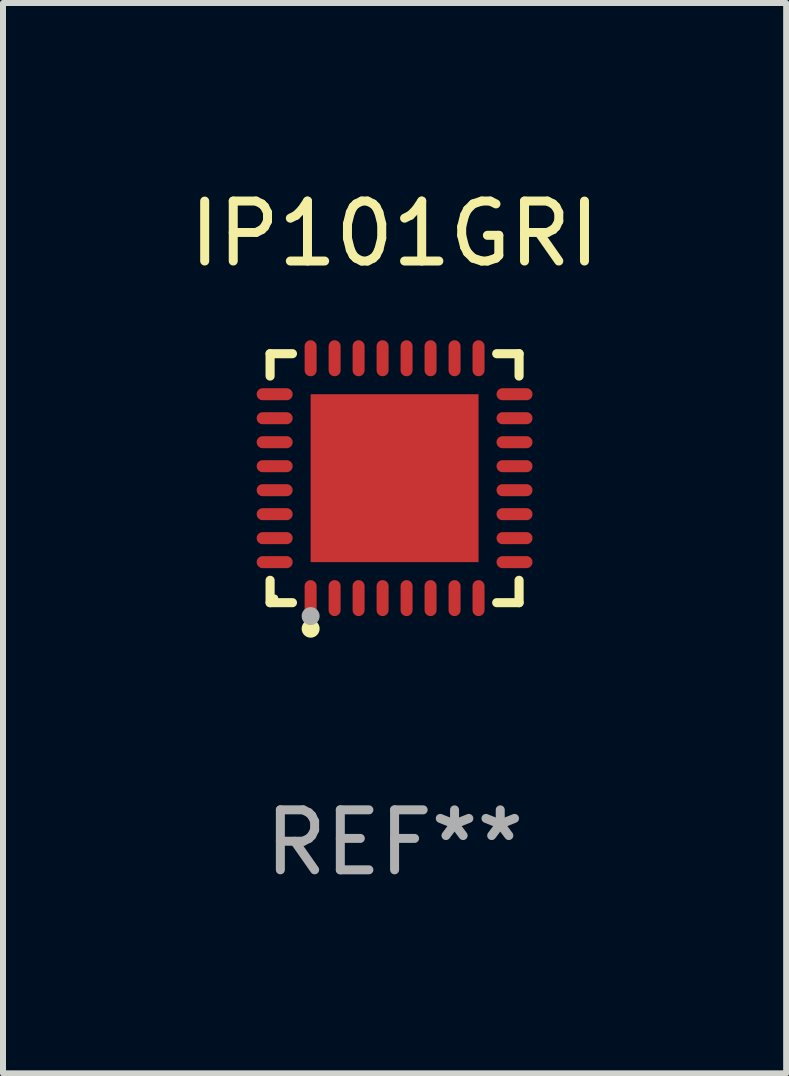
<source format=kicad_pcb>
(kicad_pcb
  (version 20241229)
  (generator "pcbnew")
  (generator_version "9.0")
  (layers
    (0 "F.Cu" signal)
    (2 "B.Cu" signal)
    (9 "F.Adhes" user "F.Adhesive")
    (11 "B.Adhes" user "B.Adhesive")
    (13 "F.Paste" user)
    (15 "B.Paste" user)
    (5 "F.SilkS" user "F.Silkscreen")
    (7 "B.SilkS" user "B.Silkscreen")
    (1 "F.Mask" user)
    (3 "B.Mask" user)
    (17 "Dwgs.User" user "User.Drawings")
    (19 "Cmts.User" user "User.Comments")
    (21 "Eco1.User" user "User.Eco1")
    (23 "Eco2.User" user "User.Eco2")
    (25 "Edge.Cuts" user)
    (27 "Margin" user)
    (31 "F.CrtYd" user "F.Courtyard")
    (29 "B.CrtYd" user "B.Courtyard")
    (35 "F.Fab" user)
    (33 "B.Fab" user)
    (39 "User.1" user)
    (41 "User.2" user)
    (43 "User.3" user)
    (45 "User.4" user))
  (footprint "IP101GRI"
    (layer "F.Cu")
    (at 3.53 4.924)
    (property "Reference" "IP101GRI" (at 0 -4.076 0) (layer "F.SilkS") (effects (font (size 1 1) (thickness 0.15))))
    (attr through_hole)
    (fp_line (start -2.076 -2.076) (end -1.703 -2.076) (stroke (width 0.152) (type solid)) (layer "F.SilkS"))
    (fp_line (start -2.076 -1.703) (end -2.076 -2.076) (stroke (width 0.152) (type solid)) (layer "F.SilkS"))
    (fp_line (start -2.076 1.703) (end -2.076 2.076) (stroke (width 0.152) (type solid)) (layer "F.SilkS"))
    (fp_line (start -2.076 2.076) (end -1.703 2.076) (stroke (width 0.152) (type solid)) (layer "F.SilkS"))
    (fp_line (start 2.076 -2.076) (end 1.703 -2.076) (stroke (width 0.152) (type solid)) (layer "F.SilkS"))
    (fp_line (start 2.076 -1.703) (end 2.076 -2.076) (stroke (width 0.152) (type solid)) (layer "F.SilkS"))
    (fp_line (start 2.076 1.703) (end 2.076 2.076) (stroke (width 0.152) (type solid)) (layer "F.SilkS"))
    (fp_line (start 2.076 2.076) (end 1.703 2.076) (stroke (width 0.152) (type solid)) (layer "F.SilkS"))
    (fp_circle (center -2 2) (end -1.97 2) (stroke (width 0.06) (type solid)) (fill no) (layer "F.SilkS"))
    (fp_circle (center -1.4 2.51) (end -1.325 2.51) (stroke (width 0.15) (type solid)) (fill no) (layer "F.SilkS"))
    (fp_circle (center -1.4 2.3) (end -1.325 2.3) (stroke (width 0.15) (type solid)) (fill no) (layer "F.Fab"))
    (fp_text user "REF**" (at 0 6.076 0) (layer "F.Fab") (effects (font (size 1 1) (thickness 0.15))))
    (pad "1" smd oval (at -1.4 2) (size 0.2 0.6) (layers "F.Cu" "F.Mask" "F.Paste"))
    (pad "2" smd oval (at -1 2) (size 0.2 0.6) (layers "F.Cu" "F.Mask" "F.Paste"))
    (pad "3" smd oval (at -0.6 2) (size 0.2 0.6) (layers "F.Cu" "F.Mask" "F.Paste"))
    (pad "4" smd oval (at -0.2 2) (size 0.2 0.6) (layers "F.Cu" "F.Mask" "F.Paste"))
    (pad "5" smd oval (at 0.2 2) (size 0.2 0.6) (layers "F.Cu" "F.Mask" "F.Paste"))
    (pad "6" smd oval (at 0.6 2) (size 0.2 0.6) (layers "F.Cu" "F.Mask" "F.Paste"))
    (pad "7" smd oval (at 1 2) (size 0.2 0.6) (layers "F.Cu" "F.Mask" "F.Paste"))
    (pad "8" smd oval (at 1.4 2) (size 0.2 0.6) (layers "F.Cu" "F.Mask" "F.Paste"))
    (pad "9" smd oval (at 2 1.4) (size 0.6 0.2) (layers "F.Cu" "F.Mask" "F.Paste"))
    (pad "10" smd oval (at 2 1) (size 0.6 0.2) (layers "F.Cu" "F.Mask" "F.Paste"))
    (pad "11" smd oval (at 2 0.6) (size 0.6 0.2) (layers "F.Cu" "F.Mask" "F.Paste"))
    (pad "12" smd oval (at 2 0.2) (size 0.6 0.2) (layers "F.Cu" "F.Mask" "F.Paste"))
    (pad "13" smd oval (at 2 -0.2) (size 0.6 0.2) (layers "F.Cu" "F.Mask" "F.Paste"))
    (pad "14" smd oval (at 2 -0.6) (size 0.6 0.2) (layers "F.Cu" "F.Mask" "F.Paste"))
    (pad "15" smd oval (at 2 -1) (size 0.6 0.2) (layers "F.Cu" "F.Mask" "F.Paste"))
    (pad "16" smd oval (at 2 -1.4) (size 0.6 0.2) (layers "F.Cu" "F.Mask" "F.Paste"))
    (pad "17" smd oval (at 1.4 -2) (size 0.2 0.6) (layers "F.Cu" "F.Mask" "F.Paste"))
    (pad "18" smd oval (at 1 -2) (size 0.2 0.6) (layers "F.Cu" "F.Mask" "F.Paste"))
    (pad "19" smd oval (at 0.6 -2) (size 0.2 0.6) (layers "F.Cu" "F.Mask" "F.Paste"))
    (pad "20" smd oval (at 0.2 -2) (size 0.2 0.6) (layers "F.Cu" "F.Mask" "F.Paste"))
    (pad "21" smd oval (at -0.2 -2) (size 0.2 0.6) (layers "F.Cu" "F.Mask" "F.Paste"))
    (pad "22" smd oval (at -0.6 -2) (size 0.2 0.6) (layers "F.Cu" "F.Mask" "F.Paste"))
    (pad "23" smd oval (at -1 -2) (size 0.2 0.6) (layers "F.Cu" "F.Mask" "F.Paste"))
    (pad "24" smd oval (at -1.4 -2) (size 0.2 0.6) (layers "F.Cu" "F.Mask" "F.Paste"))
    (pad "25" smd oval (at -2 -1.4) (size 0.6 0.2) (layers "F.Cu" "F.Mask" "F.Paste"))
    (pad "26" smd oval (at -2 -1) (size 0.6 0.2) (layers "F.Cu" "F.Mask" "F.Paste"))
    (pad "27" smd oval (at -2 -0.6) (size 0.6 0.2) (layers "F.Cu" "F.Mask" "F.Paste"))
    (pad "28" smd oval (at -2 -0.2) (size 0.6 0.2) (layers "F.Cu" "F.Mask" "F.Paste"))
    (pad "29" smd oval (at -2 0.2) (size 0.6 0.2) (layers "F.Cu" "F.Mask" "F.Paste"))
    (pad "30" smd oval (at -2 0.6) (size 0.6 0.2) (layers "F.Cu" "F.Mask" "F.Paste"))
    (pad "31" smd oval (at -2 1) (size 0.6 0.2) (layers "F.Cu" "F.Mask" "F.Paste"))
    (pad "32" smd oval (at -2 1.4) (size 0.6 0.2) (layers "F.Cu" "F.Mask" "F.Paste"))
    (pad "33" smd rect (at 0 0) (size 2.8 2.8) (layers "F.Cu" "F.Mask" "F.Paste")))
  (gr_rect
    (start -3 -3)
    (end 10.06 14.849)
    (stroke (width 0.1) (type default))
    (fill no)
    (layer "Edge.Cuts")))
</source>
